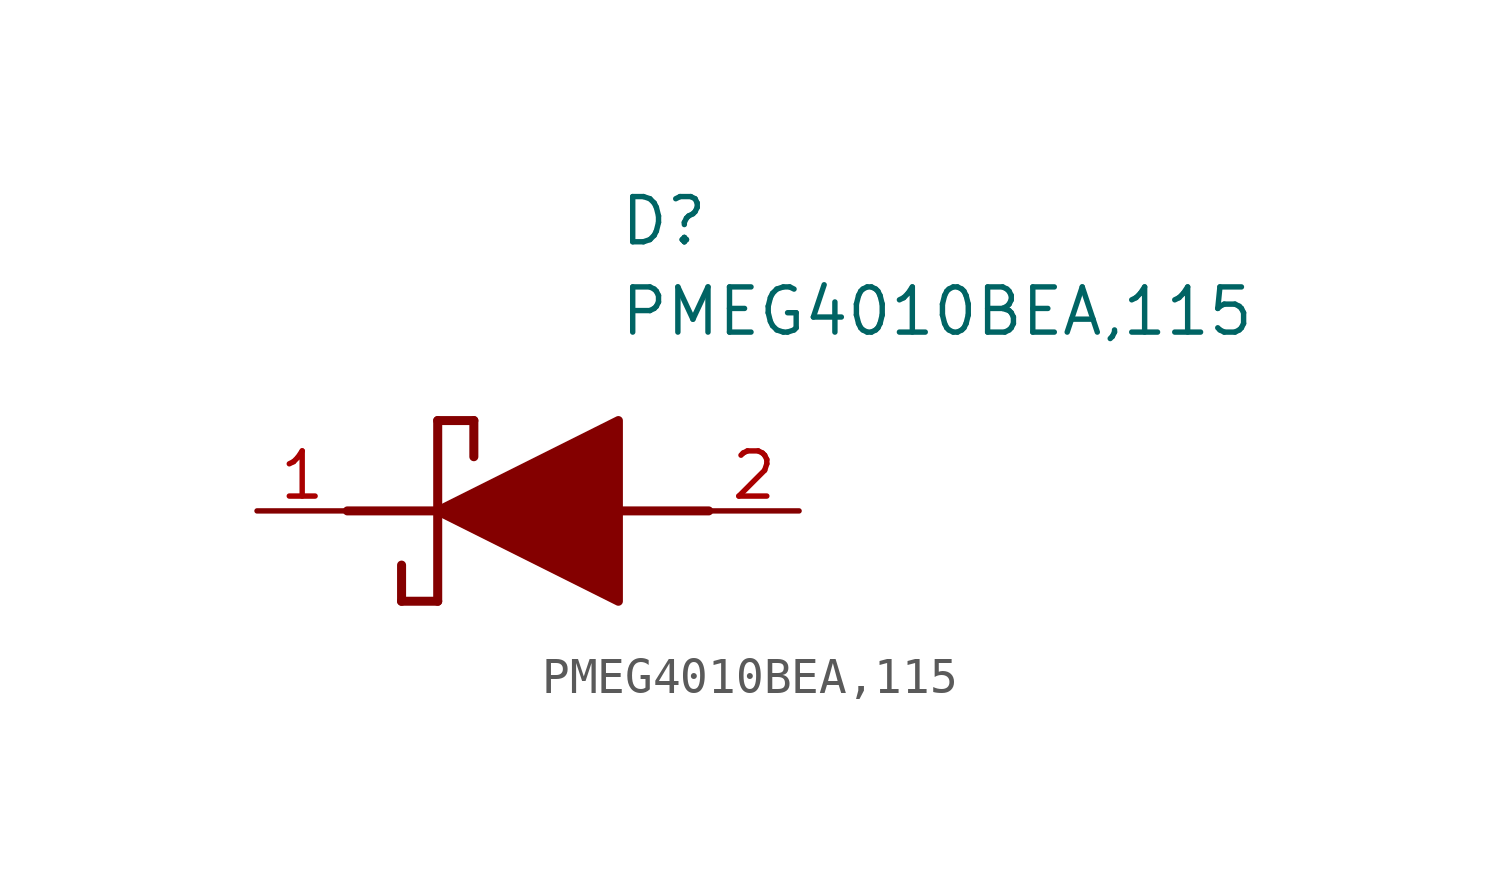
<source format=kicad_sym>
(kicad_symbol_lib
  (version 20211014)
  (generator SamacSys_ECAD_Model)
  (symbol "PMEG4010BEA,115"
    (pin_names hide)
    (property "Reference" "D"
      (at 12.7 8.89 0)
      (effects (font (size 1.27 1.27)) (justify left top)))
    (property "Value" "PMEG4010BEA,115"
      (at 12.7 6.35 0)
      (effects (font (size 1.27 1.27)) (justify left top)))
    (polyline
      (pts (xy 7.62 2.54) (xy 7.62 -2.54))
      (stroke (width 0.254) (type default))
      (fill (type none)))
    (polyline
      (pts (xy 7.62 2.54) (xy 8.636 2.54))
      (stroke (width 0.254) (type default))
      (fill (type none)))
    (polyline
      (pts (xy 8.636 1.524) (xy 8.636 2.54))
      (stroke (width 0.254) (type default))
      (fill (type none)))
    (polyline
      (pts (xy 7.62 -2.54) (xy 6.604 -2.54))
      (stroke (width 0.254) (type default))
      (fill (type none)))
    (polyline
      (pts (xy 6.604 -1.524) (xy 6.604 -2.54))
      (stroke (width 0.254) (type default))
      (fill (type none)))
    (polyline
      (pts (xy 5.08 0) (xy 7.62 0))
      (stroke (width 0.254) (type default))
      (fill (type none)))
    (polyline
      (pts (xy 12.7 0) (xy 15.24 0))
      (stroke (width 0.254) (type default))
      (fill (type none)))
    (polyline
      (pts (xy 7.62 0) (xy 12.7 2.54) (xy 12.7 -2.54) (xy 7.62 0))
      (stroke (width 0.254) (type default))
      (fill (type outline)))
    (pin passive line
      (at 2.54 0 0)
      (length 2.54)
      (name "K" (effects (font (size 1.27 1.27))))
      (number "1" (effects (font (size 1.27 1.27)))))
    (pin passive line
      (at 17.78 0 180)
      (length 2.54)
      (name "A" (effects (font (size 1.27 1.27))))
      (number "2" (effects (font (size 1.27 1.27)))))))
</source>
